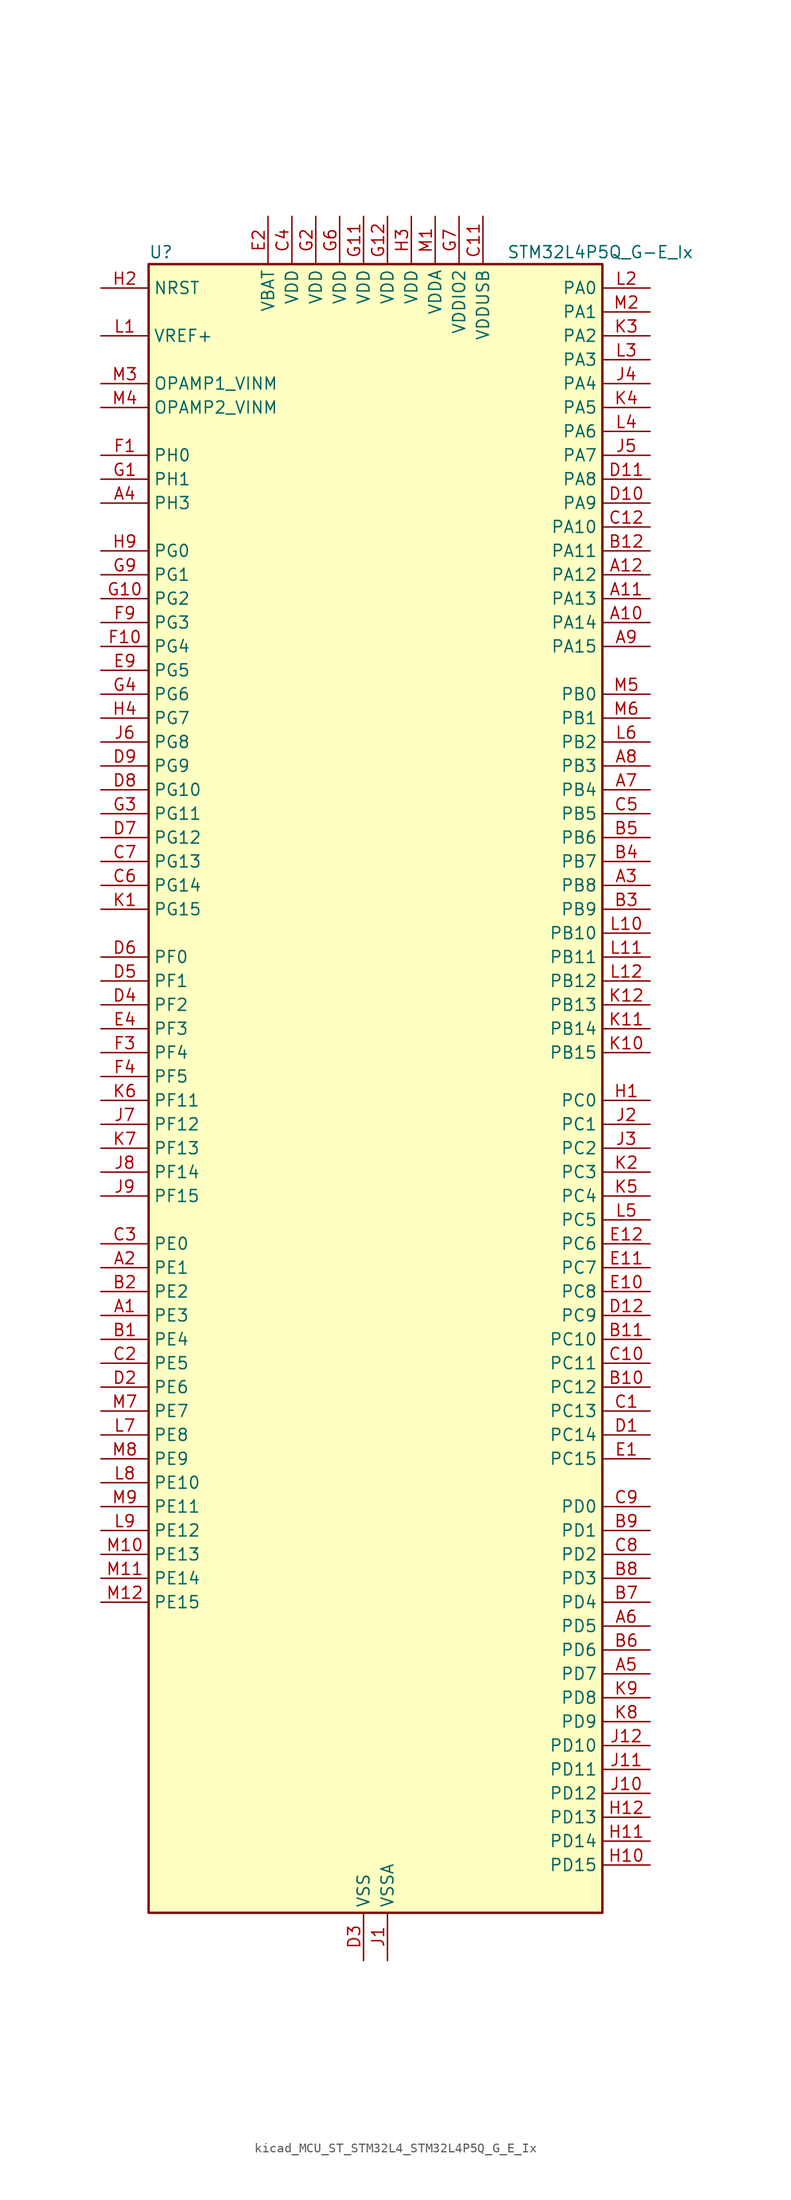
<source format=kicad_sym>
(kicad_symbol_lib
  (version 20220914)
  (generator kicad_symbol_editor)
  (symbol "kicad_MCU_ST_STM32L4_STM32L4P5Q_G_E_Ix"
    (property "Reference" "U"
      (at -22.86 90.17 0)
      (effects (font (size 1.27 1.27)) (justify left)))
    (property "Value" "STM32L4P5Q_G-E_Ix"
      (at 15.24 90.17 0)
      (effects (font (size 1.27 1.27)) (justify left)))
    (property "ki_locked" ""
      (at 0 0 0)
      (effects (font (size 1.27 1.27))))
    (symbol "kicad_MCU_ST_STM32L4_STM32L4P5Q_G_E_Ix_0_1"
      (rectangle (start -22.86 -86.36) (end 25.4 88.9) (stroke (width 0.254) (type default)) (fill (type background))))
    (symbol "kicad_MCU_ST_STM32L4_STM32L4P5Q_G_E_Ix_1_1"
      (pin bidirectional line (at -27.94 -22.86 0) (length 5.08) (name "PE3" (effects (font (size 1.27 1.27)))) (number "A1" (effects (font (size 1.27 1.27)))) (alternate "FMC_A19" bidirectional line) (alternate "LTDC_R6" bidirectional line) (alternate "OCTOSPIM_P1_DQS" bidirectional line) (alternate "SAI1_SD_B" bidirectional line) (alternate "SYS_TRACED0" bidirectional line) (alternate "TIM3_CH1" bidirectional line) (alternate "TSC_G7_IO2" bidirectional line))
      (pin bidirectional line (at 30.48 50.8 180) (length 5.08) (name "PA14" (effects (font (size 1.27 1.27)))) (number "A10" (effects (font (size 1.27 1.27)))) (alternate "I2C1_SMBA" bidirectional line) (alternate "I2C4_SMBA" bidirectional line) (alternate "LPTIM1_OUT" bidirectional line) (alternate "SAI1_FS_B" bidirectional line) (alternate "SYS_JTCK-SWCLK" bidirectional line) (alternate "USB_OTG_FS_SOF" bidirectional line))
      (pin bidirectional line (at 30.48 53.34 180) (length 5.08) (name "PA13" (effects (font (size 1.27 1.27)))) (number "A11" (effects (font (size 1.27 1.27)))) (alternate "IR_OUT" bidirectional line) (alternate "SAI1_SD_B" bidirectional line) (alternate "SYS_JTMS-SWDIO" bidirectional line) (alternate "USB_OTG_FS_NOE" bidirectional line))
      (pin bidirectional line (at 30.48 55.88 180) (length 5.08) (name "PA12" (effects (font (size 1.27 1.27)))) (number "A12" (effects (font (size 1.27 1.27)))) (alternate "CAN1_TX" bidirectional line) (alternate "LTDC_VSYNC" bidirectional line) (alternate "OCTOSPIM_P2_NCS" bidirectional line) (alternate "SPI1_MOSI" bidirectional line) (alternate "TIM1_ETR" bidirectional line) (alternate "USART1_DE" bidirectional line) (alternate "USART1_RTS" bidirectional line) (alternate "USB_OTG_FS_DP" bidirectional line))
      (pin bidirectional line (at -27.94 -17.78 0) (length 5.08) (name "PE1" (effects (font (size 1.27 1.27)))) (number "A2" (effects (font (size 1.27 1.27)))) (alternate "DCMI_D3" bidirectional line) (alternate "FMC_NBL1" bidirectional line) (alternate "LTDC_VSYNC" bidirectional line) (alternate "PSSI_D3" bidirectional line) (alternate "TIM17_CH1" bidirectional line))
      (pin bidirectional line (at 30.48 22.86 180) (length 5.08) (name "PB8" (effects (font (size 1.27 1.27)))) (number "A3" (effects (font (size 1.27 1.27)))) (alternate "CAN1_RX" bidirectional line) (alternate "DCMI_D6" bidirectional line) (alternate "DFSDM1_CKOUT" bidirectional line) (alternate "I2C1_SCL" bidirectional line) (alternate "LTDC_DE" bidirectional line) (alternate "PSSI_D6" bidirectional line) (alternate "SAI1_CK1" bidirectional line) (alternate "SAI1_MCLK_A" bidirectional line) (alternate "SDMMC1_CKIN" bidirectional line) (alternate "SDMMC1_D4" bidirectional line) (alternate "SDMMC2_D4" bidirectional line) (alternate "TIM16_CH1" bidirectional line) (alternate "TIM4_CH3" bidirectional line))
      (pin bidirectional line (at -27.94 63.5 0) (length 5.08) (name "PH3" (effects (font (size 1.27 1.27)))) (number "A4" (effects (font (size 1.27 1.27)))))
      (pin bidirectional line (at 30.48 -60.96 180) (length 5.08) (name "PD7" (effects (font (size 1.27 1.27)))) (number "A5" (effects (font (size 1.27 1.27)))) (alternate "DFSDM1_CKIN1" bidirectional line) (alternate "FMC_NCE" bidirectional line) (alternate "FMC_NE1" bidirectional line) (alternate "OCTOSPIM_P1_IO7" bidirectional line) (alternate "SDMMC2_CMD" bidirectional line) (alternate "USART2_CK" bidirectional line))
      (pin bidirectional line (at 30.48 -55.88 180) (length 5.08) (name "PD5" (effects (font (size 1.27 1.27)))) (number "A6" (effects (font (size 1.27 1.27)))) (alternate "FMC_NWE" bidirectional line) (alternate "OCTOSPIM_P1_IO5" bidirectional line) (alternate "USART2_TX" bidirectional line))
      (pin bidirectional line (at 30.48 33.02 180) (length 5.08) (name "PB4" (effects (font (size 1.27 1.27)))) (number "A7" (effects (font (size 1.27 1.27)))) (alternate "COMP2_INP" bidirectional line) (alternate "DCMI_D12" bidirectional line) (alternate "I2C3_SDA" bidirectional line) (alternate "OCTOSPIM_P1_IO5" bidirectional line) (alternate "PSSI_D12" bidirectional line) (alternate "SAI1_MCLK_B" bidirectional line) (alternate "SDMMC2_D3" bidirectional line) (alternate "SPI1_MISO" bidirectional line) (alternate "SPI3_MISO" bidirectional line) (alternate "SYS_JTRST" bidirectional line) (alternate "TIM17_BKIN" bidirectional line) (alternate "TIM3_CH1" bidirectional line) (alternate "TSC_G2_IO1" bidirectional line) (alternate "UART5_DE" bidirectional line) (alternate "UART5_RTS" bidirectional line) (alternate "USART1_CTS" bidirectional line) (alternate "USART1_NSS" bidirectional line))
      (pin bidirectional line (at 30.48 35.56 180) (length 5.08) (name "PB3" (effects (font (size 1.27 1.27)))) (number "A8" (effects (font (size 1.27 1.27)))) (alternate "COMP2_INM" bidirectional line) (alternate "CRS_SYNC" bidirectional line) (alternate "OCTOSPIM_P1_IO4" bidirectional line) (alternate "SAI1_SCK_B" bidirectional line) (alternate "SDMMC2_D2" bidirectional line) (alternate "SPI1_SCK" bidirectional line) (alternate "SPI3_SCK" bidirectional line) (alternate "SYS_JTDO-SWO" bidirectional line) (alternate "TIM2_CH2" bidirectional line) (alternate "USART1_DE" bidirectional line) (alternate "USART1_RTS" bidirectional line))
      (pin bidirectional line (at 30.48 48.26 180) (length 5.08) (name "PA15" (effects (font (size 1.27 1.27)))) (number "A9" (effects (font (size 1.27 1.27)))) (alternate "ADC1_EXTI15" bidirectional line) (alternate "ADC2_EXTI15" bidirectional line) (alternate "LTDC_HSYNC" bidirectional line) (alternate "SAI2_FS_B" bidirectional line) (alternate "SPI1_NSS" bidirectional line) (alternate "SPI3_NSS" bidirectional line) (alternate "SYS_JTDI" bidirectional line) (alternate "TIM2_CH1" bidirectional line) (alternate "TIM2_ETR" bidirectional line) (alternate "TSC_G3_IO1" bidirectional line) (alternate "UART4_DE" bidirectional line) (alternate "UART4_RTS" bidirectional line) (alternate "USART2_RX" bidirectional line) (alternate "USART3_DE" bidirectional line) (alternate "USART3_RTS" bidirectional line))
      (pin bidirectional line (at -27.94 -25.4 0) (length 5.08) (name "PE4" (effects (font (size 1.27 1.27)))) (number "B1" (effects (font (size 1.27 1.27)))) (alternate "DCMI_D4" bidirectional line) (alternate "DFSDM1_DATIN3" bidirectional line) (alternate "FMC_A20" bidirectional line) (alternate "LTDC_B7" bidirectional line) (alternate "PSSI_D4" bidirectional line) (alternate "SAI1_D2" bidirectional line) (alternate "SAI1_FS_A" bidirectional line) (alternate "SYS_TRACED1" bidirectional line) (alternate "TIM3_CH2" bidirectional line) (alternate "TSC_G7_IO3" bidirectional line))
      (pin bidirectional line (at 30.48 -30.48 180) (length 5.08) (name "PC12" (effects (font (size 1.27 1.27)))) (number "B10" (effects (font (size 1.27 1.27)))) (alternate "DCMI_D9" bidirectional line) (alternate "LTDC_R6" bidirectional line) (alternate "PSSI_D9" bidirectional line) (alternate "SAI2_SD_B" bidirectional line) (alternate "SDMMC1_CK" bidirectional line) (alternate "SPI3_MOSI" bidirectional line) (alternate "SYS_TRACED3" bidirectional line) (alternate "TSC_G3_IO4" bidirectional line) (alternate "UART5_TX" bidirectional line) (alternate "USART3_CK" bidirectional line))
      (pin bidirectional line (at 30.48 -25.4 180) (length 5.08) (name "PC10" (effects (font (size 1.27 1.27)))) (number "B11" (effects (font (size 1.27 1.27)))) (alternate "DCMI_D8" bidirectional line) (alternate "DCMI_VSYNC" bidirectional line) (alternate "PSSI_D8" bidirectional line) (alternate "PSSI_RDY" bidirectional line) (alternate "SAI2_SCK_B" bidirectional line) (alternate "SDMMC1_D2" bidirectional line) (alternate "SPI3_SCK" bidirectional line) (alternate "SYS_TRACED1" bidirectional line) (alternate "TSC_G3_IO2" bidirectional line) (alternate "UART4_TX" bidirectional line) (alternate "USART3_TX" bidirectional line))
      (pin bidirectional line (at 30.48 58.42 180) (length 5.08) (name "PA11" (effects (font (size 1.27 1.27)))) (number "B12" (effects (font (size 1.27 1.27)))) (alternate "ADC1_EXTI11" bidirectional line) (alternate "ADC2_EXTI11" bidirectional line) (alternate "CAN1_RX" bidirectional line) (alternate "LTDC_DE" bidirectional line) (alternate "SPI1_MISO" bidirectional line) (alternate "TIM1_BKIN2" bidirectional line) (alternate "TIM1_CH4" bidirectional line) (alternate "USART1_CTS" bidirectional line) (alternate "USART1_NSS" bidirectional line) (alternate "USB_OTG_FS_DM" bidirectional line))
      (pin bidirectional line (at -27.94 -20.32 0) (length 5.08) (name "PE2" (effects (font (size 1.27 1.27)))) (number "B2" (effects (font (size 1.27 1.27)))) (alternate "FMC_A23" bidirectional line) (alternate "LTDC_R7" bidirectional line) (alternate "SAI1_CK1" bidirectional line) (alternate "SAI1_MCLK_A" bidirectional line) (alternate "SYS_TRACECLK" bidirectional line) (alternate "TIM3_ETR" bidirectional line) (alternate "TSC_G7_IO1" bidirectional line))
      (pin bidirectional line (at 30.48 20.32 180) (length 5.08) (name "PB9" (effects (font (size 1.27 1.27)))) (number "B3" (effects (font (size 1.27 1.27)))) (alternate "CAN1_TX" bidirectional line) (alternate "DAC1_EXTI9" bidirectional line) (alternate "DCMI_D7" bidirectional line) (alternate "I2C1_SDA" bidirectional line) (alternate "IR_OUT" bidirectional line) (alternate "PSSI_D7" bidirectional line) (alternate "SAI1_D2" bidirectional line) (alternate "SAI1_FS_A" bidirectional line) (alternate "SDMMC1_CDIR" bidirectional line) (alternate "SDMMC1_D5" bidirectional line) (alternate "SDMMC2_D5" bidirectional line) (alternate "SPI2_NSS" bidirectional line) (alternate "TIM17_CH1" bidirectional line) (alternate "TIM4_CH4" bidirectional line))
      (pin bidirectional line (at 30.48 25.4 180) (length 5.08) (name "PB7" (effects (font (size 1.27 1.27)))) (number "B4" (effects (font (size 1.27 1.27)))) (alternate "COMP2_INM" bidirectional line) (alternate "DCMI_VSYNC" bidirectional line) (alternate "FMC_NL" bidirectional line) (alternate "I2C1_SDA" bidirectional line) (alternate "I2C4_SDA" bidirectional line) (alternate "LPTIM1_IN2" bidirectional line) (alternate "LTDC_VSYNC" bidirectional line) (alternate "PSSI_RDY" bidirectional line) (alternate "SYS_PVD_IN" bidirectional line) (alternate "TIM17_CH1N" bidirectional line) (alternate "TIM4_CH2" bidirectional line) (alternate "TIM8_BKIN" bidirectional line) (alternate "TSC_G2_IO4" bidirectional line) (alternate "UART4_CTS" bidirectional line) (alternate "USART1_RX" bidirectional line))
      (pin bidirectional line (at 30.48 27.94 180) (length 5.08) (name "PB6" (effects (font (size 1.27 1.27)))) (number "B5" (effects (font (size 1.27 1.27)))) (alternate "COMP2_INP" bidirectional line) (alternate "DCMI_D5" bidirectional line) (alternate "I2C1_SCL" bidirectional line) (alternate "I2C4_SCL" bidirectional line) (alternate "LPTIM1_ETR" bidirectional line) (alternate "LTDC_R6" bidirectional line) (alternate "PSSI_D5" bidirectional line) (alternate "SAI1_FS_B" bidirectional line) (alternate "TIM16_CH1N" bidirectional line) (alternate "TIM4_CH1" bidirectional line) (alternate "TIM8_BKIN2" bidirectional line) (alternate "TSC_G2_IO3" bidirectional line) (alternate "USART1_TX" bidirectional line))
      (pin bidirectional line (at 30.48 -58.42 180) (length 5.08) (name "PD6" (effects (font (size 1.27 1.27)))) (number "B6" (effects (font (size 1.27 1.27)))) (alternate "DCMI_D10" bidirectional line) (alternate "DFSDM1_DATIN1" bidirectional line) (alternate "FMC_NWAIT" bidirectional line) (alternate "LTDC_DE" bidirectional line) (alternate "OCTOSPIM_P1_IO6" bidirectional line) (alternate "PSSI_D10" bidirectional line) (alternate "SAI1_D1" bidirectional line) (alternate "SAI1_SD_A" bidirectional line) (alternate "SDMMC2_CK" bidirectional line) (alternate "SPI3_MOSI" bidirectional line) (alternate "USART2_RX" bidirectional line))
      (pin bidirectional line (at 30.48 -53.34 180) (length 5.08) (name "PD4" (effects (font (size 1.27 1.27)))) (number "B7" (effects (font (size 1.27 1.27)))) (alternate "DFSDM1_CKIN0" bidirectional line) (alternate "FMC_NOE" bidirectional line) (alternate "OCTOSPIM_P1_IO4" bidirectional line) (alternate "SDMMC2_CKIN" bidirectional line) (alternate "SPI2_MOSI" bidirectional line) (alternate "USART2_DE" bidirectional line) (alternate "USART2_RTS" bidirectional line))
      (pin bidirectional line (at 30.48 -50.8 180) (length 5.08) (name "PD3" (effects (font (size 1.27 1.27)))) (number "B8" (effects (font (size 1.27 1.27)))) (alternate "DCMI_D5" bidirectional line) (alternate "DFSDM1_DATIN0" bidirectional line) (alternate "FMC_CLK" bidirectional line) (alternate "LTDC_CLK" bidirectional line) (alternate "OCTOSPIM_P2_NCS" bidirectional line) (alternate "PSSI_D5" bidirectional line) (alternate "SPI2_MISO" bidirectional line) (alternate "SPI2_SCK" bidirectional line) (alternate "USART2_CTS" bidirectional line) (alternate "USART2_NSS" bidirectional line))
      (pin bidirectional line (at 30.48 -45.72 180) (length 5.08) (name "PD1" (effects (font (size 1.27 1.27)))) (number "B9" (effects (font (size 1.27 1.27)))) (alternate "CAN1_TX" bidirectional line) (alternate "FMC_D3" bidirectional line) (alternate "FMC_DA3" bidirectional line) (alternate "LTDC_B5" bidirectional line) (alternate "SPI2_SCK" bidirectional line))
      (pin bidirectional line (at 30.48 -33.02 180) (length 5.08) (name "PC13" (effects (font (size 1.27 1.27)))) (number "C1" (effects (font (size 1.27 1.27)))) (alternate "RTC_OUT1" bidirectional line) (alternate "RTC_TAMP1" bidirectional line) (alternate "RTC_TS" bidirectional line) (alternate "SYS_WKUP2" bidirectional line))
      (pin bidirectional line (at 30.48 -27.94 180) (length 5.08) (name "PC11" (effects (font (size 1.27 1.27)))) (number "C10" (effects (font (size 1.27 1.27)))) (alternate "ADC1_EXTI11" bidirectional line) (alternate "ADC2_EXTI11" bidirectional line) (alternate "DCMI_D2" bidirectional line) (alternate "DCMI_D4" bidirectional line) (alternate "OCTOSPIM_P1_NCS" bidirectional line) (alternate "PSSI_D2" bidirectional line) (alternate "PSSI_D4" bidirectional line) (alternate "SAI2_MCLK_B" bidirectional line) (alternate "SDMMC1_D3" bidirectional line) (alternate "SPI3_MISO" bidirectional line) (alternate "TSC_G3_IO3" bidirectional line) (alternate "UART4_RX" bidirectional line) (alternate "USART3_RX" bidirectional line))
      (pin power_in line (at 12.7 93.98 270) (length 5.08) (name "VDDUSB" (effects (font (size 1.27 1.27)))) (number "C11" (effects (font (size 1.27 1.27)))))
      (pin bidirectional line (at 30.48 60.96 180) (length 5.08) (name "PA10" (effects (font (size 1.27 1.27)))) (number "C12" (effects (font (size 1.27 1.27)))) (alternate "DCMI_D1" bidirectional line) (alternate "LTDC_G6" bidirectional line) (alternate "PSSI_D1" bidirectional line) (alternate "SAI1_D1" bidirectional line) (alternate "SAI1_SD_A" bidirectional line) (alternate "TIM17_BKIN" bidirectional line) (alternate "TIM1_CH3" bidirectional line) (alternate "USART1_RX" bidirectional line) (alternate "USB_OTG_FS_ID" bidirectional line))
      (pin bidirectional line (at -27.94 -27.94 0) (length 5.08) (name "PE5" (effects (font (size 1.27 1.27)))) (number "C2" (effects (font (size 1.27 1.27)))) (alternate "DCMI_D6" bidirectional line) (alternate "DFSDM1_CKIN3" bidirectional line) (alternate "FMC_A21" bidirectional line) (alternate "LTDC_G7" bidirectional line) (alternate "PSSI_D6" bidirectional line) (alternate "SAI1_CK2" bidirectional line) (alternate "SAI1_SCK_A" bidirectional line) (alternate "SYS_TRACED2" bidirectional line) (alternate "TIM3_CH3" bidirectional line) (alternate "TSC_G7_IO4" bidirectional line))
      (pin bidirectional line (at -27.94 -15.24 0) (length 5.08) (name "PE0" (effects (font (size 1.27 1.27)))) (number "C3" (effects (font (size 1.27 1.27)))) (alternate "DCMI_D2" bidirectional line) (alternate "FMC_NBL0" bidirectional line) (alternate "LTDC_HSYNC" bidirectional line) (alternate "PSSI_D2" bidirectional line) (alternate "TIM16_CH1" bidirectional line) (alternate "TIM4_ETR" bidirectional line))
      (pin power_in line (at -7.62 93.98 270) (length 5.08) (name "VDD" (effects (font (size 1.27 1.27)))) (number "C4" (effects (font (size 1.27 1.27)))))
      (pin bidirectional line (at 30.48 30.48 180) (length 5.08) (name "PB5" (effects (font (size 1.27 1.27)))) (number "C5" (effects (font (size 1.27 1.27)))) (alternate "COMP2_OUT" bidirectional line) (alternate "DCMI_D10" bidirectional line) (alternate "I2C1_SMBA" bidirectional line) (alternate "LPTIM1_IN1" bidirectional line) (alternate "OCTOSPIM_P1_IO0" bidirectional line) (alternate "PSSI_D10" bidirectional line) (alternate "SAI1_SD_B" bidirectional line) (alternate "SPI1_MOSI" bidirectional line) (alternate "SPI3_MOSI" bidirectional line) (alternate "TIM16_BKIN" bidirectional line) (alternate "TIM3_CH2" bidirectional line) (alternate "TSC_G2_IO2" bidirectional line) (alternate "UART5_CTS" bidirectional line) (alternate "USART1_CK" bidirectional line))
      (pin bidirectional line (at -27.94 22.86 0) (length 5.08) (name "PG14" (effects (font (size 1.27 1.27)))) (number "C6" (effects (font (size 1.27 1.27)))) (alternate "FMC_A25" bidirectional line) (alternate "I2C1_SCL" bidirectional line) (alternate "LTDC_R1" bidirectional line))
      (pin bidirectional line (at -27.94 25.4 0) (length 5.08) (name "PG13" (effects (font (size 1.27 1.27)))) (number "C7" (effects (font (size 1.27 1.27)))) (alternate "FMC_A24" bidirectional line) (alternate "I2C1_SDA" bidirectional line) (alternate "LTDC_R0" bidirectional line) (alternate "USART1_CK" bidirectional line))
      (pin bidirectional line (at 30.48 -48.26 180) (length 5.08) (name "PD2" (effects (font (size 1.27 1.27)))) (number "C8" (effects (font (size 1.27 1.27)))) (alternate "DCMI_D11" bidirectional line) (alternate "PSSI_D11" bidirectional line) (alternate "SDMMC1_CMD" bidirectional line) (alternate "SYS_TRACED2" bidirectional line) (alternate "TIM3_ETR" bidirectional line) (alternate "TSC_SYNC" bidirectional line) (alternate "UART5_RX" bidirectional line) (alternate "USART3_DE" bidirectional line) (alternate "USART3_RTS" bidirectional line))
      (pin bidirectional line (at 30.48 -43.18 180) (length 5.08) (name "PD0" (effects (font (size 1.27 1.27)))) (number "C9" (effects (font (size 1.27 1.27)))) (alternate "CAN1_RX" bidirectional line) (alternate "FMC_D2" bidirectional line) (alternate "FMC_DA2" bidirectional line) (alternate "LTDC_B4" bidirectional line) (alternate "SPI2_NSS" bidirectional line))
      (pin bidirectional line (at 30.48 -35.56 180) (length 5.08) (name "PC14" (effects (font (size 1.27 1.27)))) (number "D1" (effects (font (size 1.27 1.27)))) (alternate "RCC_OSC32_IN" bidirectional line))
      (pin bidirectional line (at 30.48 63.5 180) (length 5.08) (name "PA9" (effects (font (size 1.27 1.27)))) (number "D10" (effects (font (size 1.27 1.27)))) (alternate "DAC1_EXTI9" bidirectional line) (alternate "DCMI_D0" bidirectional line) (alternate "LTDC_G7" bidirectional line) (alternate "PSSI_D0" bidirectional line) (alternate "SAI1_FS_A" bidirectional line) (alternate "SPI2_SCK" bidirectional line) (alternate "TIM15_BKIN" bidirectional line) (alternate "TIM1_CH2" bidirectional line) (alternate "USART1_TX" bidirectional line) (alternate "USB_OTG_FS_VBUS" bidirectional line))
      (pin bidirectional line (at 30.48 66.04 180) (length 5.08) (name "PA8" (effects (font (size 1.27 1.27)))) (number "D11" (effects (font (size 1.27 1.27)))) (alternate "LPTIM2_OUT" bidirectional line) (alternate "LTDC_B7" bidirectional line) (alternate "RCC_MCO" bidirectional line) (alternate "SAI1_CK2" bidirectional line) (alternate "SAI1_SCK_A" bidirectional line) (alternate "TIM1_CH1" bidirectional line) (alternate "USART1_CK" bidirectional line) (alternate "USB_OTG_FS_SOF" bidirectional line))
      (pin bidirectional line (at 30.48 -22.86 180) (length 5.08) (name "PC9" (effects (font (size 1.27 1.27)))) (number "D12" (effects (font (size 1.27 1.27)))) (alternate "DAC1_EXTI9" bidirectional line) (alternate "DCMI_D3" bidirectional line) (alternate "I2C3_SDA" bidirectional line) (alternate "PSSI_D3" bidirectional line) (alternate "SAI2_EXTCLK" bidirectional line) (alternate "SDMMC1_D1" bidirectional line) (alternate "SYS_TRACED0" bidirectional line) (alternate "TIM3_CH4" bidirectional line) (alternate "TIM8_BKIN2" bidirectional line) (alternate "TIM8_CH4" bidirectional line) (alternate "TSC_G4_IO4" bidirectional line) (alternate "USB_OTG_FS_NOE" bidirectional line))
      (pin bidirectional line (at -27.94 -30.48 0) (length 5.08) (name "PE6" (effects (font (size 1.27 1.27)))) (number "D2" (effects (font (size 1.27 1.27)))) (alternate "DCMI_D7" bidirectional line) (alternate "FMC_A22" bidirectional line) (alternate "LTDC_G6" bidirectional line) (alternate "PSSI_D7" bidirectional line) (alternate "RTC_TAMP3" bidirectional line) (alternate "SAI1_D1" bidirectional line) (alternate "SAI1_SD_A" bidirectional line) (alternate "SYS_TRACED3" bidirectional line) (alternate "SYS_WKUP3" bidirectional line) (alternate "TIM3_CH4" bidirectional line))
      (pin power_in line (at 0 -91.44 90) (length 5.08) (name "VSS" (effects (font (size 1.27 1.27)))) (number "D3" (effects (font (size 1.27 1.27)))))
      (pin bidirectional line (at -27.94 10.16 0) (length 5.08) (name "PF2" (effects (font (size 1.27 1.27)))) (number "D4" (effects (font (size 1.27 1.27)))) (alternate "FMC_A2" bidirectional line) (alternate "I2C2_SMBA" bidirectional line) (alternate "OCTOSPIM_P2_IO2" bidirectional line))
      (pin bidirectional line (at -27.94 12.7 0) (length 5.08) (name "PF1" (effects (font (size 1.27 1.27)))) (number "D5" (effects (font (size 1.27 1.27)))) (alternate "FMC_A1" bidirectional line) (alternate "I2C2_SCL" bidirectional line) (alternate "OCTOSPIM_P2_IO1" bidirectional line))
      (pin bidirectional line (at -27.94 15.24 0) (length 5.08) (name "PF0" (effects (font (size 1.27 1.27)))) (number "D6" (effects (font (size 1.27 1.27)))) (alternate "FMC_A0" bidirectional line) (alternate "I2C2_SDA" bidirectional line) (alternate "OCTOSPIM_P2_IO0" bidirectional line))
      (pin bidirectional line (at -27.94 27.94 0) (length 5.08) (name "PG12" (effects (font (size 1.27 1.27)))) (number "D7" (effects (font (size 1.27 1.27)))) (alternate "FMC_NE4" bidirectional line) (alternate "LPTIM1_ETR" bidirectional line) (alternate "OCTOSPIM_P2_NCS" bidirectional line) (alternate "SAI2_SD_A" bidirectional line) (alternate "SDMMC2_D3" bidirectional line) (alternate "SPI3_NSS" bidirectional line) (alternate "USART1_DE" bidirectional line) (alternate "USART1_RTS" bidirectional line))
      (pin bidirectional line (at -27.94 33.02 0) (length 5.08) (name "PG10" (effects (font (size 1.27 1.27)))) (number "D8" (effects (font (size 1.27 1.27)))) (alternate "FMC_NE3" bidirectional line) (alternate "LPTIM1_IN1" bidirectional line) (alternate "OCTOSPIM_P2_IO7" bidirectional line) (alternate "SAI2_FS_A" bidirectional line) (alternate "SDMMC2_D1" bidirectional line) (alternate "SPI3_MISO" bidirectional line) (alternate "TIM15_CH1" bidirectional line) (alternate "USART1_RX" bidirectional line))
      (pin bidirectional line (at -27.94 35.56 0) (length 5.08) (name "PG9" (effects (font (size 1.27 1.27)))) (number "D9" (effects (font (size 1.27 1.27)))) (alternate "DAC1_EXTI9" bidirectional line) (alternate "FMC_NCE" bidirectional line) (alternate "FMC_NE2" bidirectional line) (alternate "OCTOSPIM_P2_IO6" bidirectional line) (alternate "SAI2_SCK_A" bidirectional line) (alternate "SDMMC2_D0" bidirectional line) (alternate "SPI3_SCK" bidirectional line) (alternate "TIM15_CH1N" bidirectional line) (alternate "USART1_TX" bidirectional line))
      (pin bidirectional line (at 30.48 -38.1 180) (length 5.08) (name "PC15" (effects (font (size 1.27 1.27)))) (number "E1" (effects (font (size 1.27 1.27)))) (alternate "ADC1_EXTI15" bidirectional line) (alternate "ADC2_EXTI15" bidirectional line) (alternate "RCC_OSC32_OUT" bidirectional line))
      (pin bidirectional line (at 30.48 -20.32 180) (length 5.08) (name "PC8" (effects (font (size 1.27 1.27)))) (number "E10" (effects (font (size 1.27 1.27)))) (alternate "DCMI_D2" bidirectional line) (alternate "PSSI_D2" bidirectional line) (alternate "SDMMC1_D0" bidirectional line) (alternate "TIM3_CH3" bidirectional line) (alternate "TIM8_CH3" bidirectional line) (alternate "TSC_G4_IO3" bidirectional line))
      (pin bidirectional line (at 30.48 -17.78 180) (length 5.08) (name "PC7" (effects (font (size 1.27 1.27)))) (number "E11" (effects (font (size 1.27 1.27)))) (alternate "DCMI_D1" bidirectional line) (alternate "DFSDM1_DATIN3" bidirectional line) (alternate "LTDC_B6" bidirectional line) (alternate "PSSI_D1" bidirectional line) (alternate "SAI2_MCLK_B" bidirectional line) (alternate "SDMMC1_D123DIR" bidirectional line) (alternate "SDMMC1_D7" bidirectional line) (alternate "SDMMC2_D7" bidirectional line) (alternate "TIM3_CH2" bidirectional line) (alternate "TIM8_CH2" bidirectional line) (alternate "TSC_G4_IO2" bidirectional line))
      (pin bidirectional line (at 30.48 -15.24 180) (length 5.08) (name "PC6" (effects (font (size 1.27 1.27)))) (number "E12" (effects (font (size 1.27 1.27)))) (alternate "DCMI_D0" bidirectional line) (alternate "DFSDM1_CKIN3" bidirectional line) (alternate "LTDC_G7" bidirectional line) (alternate "PSSI_D0" bidirectional line) (alternate "SAI2_MCLK_A" bidirectional line) (alternate "SDMMC1_D0DIR" bidirectional line) (alternate "SDMMC1_D6" bidirectional line) (alternate "SDMMC2_D6" bidirectional line) (alternate "TIM3_CH1" bidirectional line) (alternate "TIM8_CH1" bidirectional line) (alternate "TSC_G4_IO1" bidirectional line))
      (pin power_in line (at -10.16 93.98 270) (length 5.08) (name "VBAT" (effects (font (size 1.27 1.27)))) (number "E2" (effects (font (size 1.27 1.27)))))
      (pin passive line (at 0 -91.44 90) (length 5.08) hide (name "VSS" (effects (font (size 1.27 1.27)))) (number "E3" (effects (font (size 1.27 1.27)))))
      (pin bidirectional line (at -27.94 7.62 0) (length 5.08) (name "PF3" (effects (font (size 1.27 1.27)))) (number "E4" (effects (font (size 1.27 1.27)))) (alternate "FMC_A3" bidirectional line) (alternate "OCTOSPIM_P2_IO3" bidirectional line))
      (pin bidirectional line (at -27.94 45.72 0) (length 5.08) (name "PG5" (effects (font (size 1.27 1.27)))) (number "E9" (effects (font (size 1.27 1.27)))) (alternate "FMC_A15" bidirectional line) (alternate "LPUART1_CTS" bidirectional line) (alternate "SAI2_SD_B" bidirectional line) (alternate "SDMMC2_D7" bidirectional line) (alternate "SPI1_NSS" bidirectional line))
      (pin bidirectional line (at -27.94 68.58 0) (length 5.08) (name "PH0" (effects (font (size 1.27 1.27)))) (number "F1" (effects (font (size 1.27 1.27)))) (alternate "RCC_OSC_IN" bidirectional line))
      (pin bidirectional line (at -27.94 48.26 0) (length 5.08) (name "PG4" (effects (font (size 1.27 1.27)))) (number "F10" (effects (font (size 1.27 1.27)))) (alternate "FMC_A14" bidirectional line) (alternate "SAI2_MCLK_B" bidirectional line) (alternate "SDMMC2_D6" bidirectional line) (alternate "SPI1_MOSI" bidirectional line))
      (pin passive line (at 0 -91.44 90) (length 5.08) hide (name "VSS" (effects (font (size 1.27 1.27)))) (number "F11" (effects (font (size 1.27 1.27)))))
      (pin passive line (at 0 -91.44 90) (length 5.08) hide (name "VSS" (effects (font (size 1.27 1.27)))) (number "F12" (effects (font (size 1.27 1.27)))))
      (pin passive line (at 0 -91.44 90) (length 5.08) hide (name "VSS" (effects (font (size 1.27 1.27)))) (number "F2" (effects (font (size 1.27 1.27)))))
      (pin bidirectional line (at -27.94 5.08 0) (length 5.08) (name "PF4" (effects (font (size 1.27 1.27)))) (number "F3" (effects (font (size 1.27 1.27)))) (alternate "FMC_A4" bidirectional line) (alternate "OCTOSPIM_P2_CLK" bidirectional line))
      (pin bidirectional line (at -27.94 2.54 0) (length 5.08) (name "PF5" (effects (font (size 1.27 1.27)))) (number "F4" (effects (font (size 1.27 1.27)))) (alternate "FMC_A5" bidirectional line) (alternate "OCTOSPIM_P2_NCLK" bidirectional line))
      (pin passive line (at 0 -91.44 90) (length 5.08) hide (name "VSS" (effects (font (size 1.27 1.27)))) (number "F6" (effects (font (size 1.27 1.27)))))
      (pin passive line (at 0 -91.44 90) (length 5.08) hide (name "VSS" (effects (font (size 1.27 1.27)))) (number "F7" (effects (font (size 1.27 1.27)))))
      (pin bidirectional line (at -27.94 50.8 0) (length 5.08) (name "PG3" (effects (font (size 1.27 1.27)))) (number "F9" (effects (font (size 1.27 1.27)))) (alternate "FMC_A13" bidirectional line) (alternate "SAI2_FS_B" bidirectional line) (alternate "SDMMC2_D5" bidirectional line) (alternate "SPI1_MISO" bidirectional line))
      (pin bidirectional line (at -27.94 66.04 0) (length 5.08) (name "PH1" (effects (font (size 1.27 1.27)))) (number "G1" (effects (font (size 1.27 1.27)))) (alternate "RCC_OSC_OUT" bidirectional line))
      (pin bidirectional line (at -27.94 53.34 0) (length 5.08) (name "PG2" (effects (font (size 1.27 1.27)))) (number "G10" (effects (font (size 1.27 1.27)))) (alternate "FMC_A12" bidirectional line) (alternate "SAI2_SCK_B" bidirectional line) (alternate "SDMMC2_D4" bidirectional line) (alternate "SPI1_SCK" bidirectional line))
      (pin power_in line (at 0 93.98 270) (length 5.08) (name "VDD" (effects (font (size 1.27 1.27)))) (number "G11" (effects (font (size 1.27 1.27)))))
      (pin power_in line (at 2.54 93.98 270) (length 5.08) (name "VDD" (effects (font (size 1.27 1.27)))) (number "G12" (effects (font (size 1.27 1.27)))))
      (pin power_in line (at -5.08 93.98 270) (length 5.08) (name "VDD" (effects (font (size 1.27 1.27)))) (number "G2" (effects (font (size 1.27 1.27)))))
      (pin bidirectional line (at -27.94 30.48 0) (length 5.08) (name "PG11" (effects (font (size 1.27 1.27)))) (number "G3" (effects (font (size 1.27 1.27)))) (alternate "ADC1_EXTI11" bidirectional line) (alternate "ADC2_EXTI11" bidirectional line) (alternate "LPTIM1_IN2" bidirectional line) (alternate "OCTOSPIM_P1_IO5" bidirectional line) (alternate "SAI2_MCLK_A" bidirectional line) (alternate "SDMMC2_D2" bidirectional line) (alternate "SPI3_MOSI" bidirectional line) (alternate "TIM15_CH2" bidirectional line) (alternate "USART1_CTS" bidirectional line) (alternate "USART1_NSS" bidirectional line))
      (pin bidirectional line (at -27.94 43.18 0) (length 5.08) (name "PG6" (effects (font (size 1.27 1.27)))) (number "G4" (effects (font (size 1.27 1.27)))) (alternate "I2C3_SMBA" bidirectional line) (alternate "LPUART1_DE" bidirectional line) (alternate "LPUART1_RTS" bidirectional line) (alternate "LTDC_R1" bidirectional line) (alternate "OCTOSPIM_P1_DQS" bidirectional line))
      (pin power_in line (at -2.54 93.98 270) (length 5.08) (name "VDD" (effects (font (size 1.27 1.27)))) (number "G6" (effects (font (size 1.27 1.27)))))
      (pin power_in line (at 10.16 93.98 270) (length 5.08) (name "VDDIO2" (effects (font (size 1.27 1.27)))) (number "G7" (effects (font (size 1.27 1.27)))))
      (pin bidirectional line (at -27.94 55.88 0) (length 5.08) (name "PG1" (effects (font (size 1.27 1.27)))) (number "G9" (effects (font (size 1.27 1.27)))) (alternate "FMC_A11" bidirectional line) (alternate "OCTOSPIM_P2_IO5" bidirectional line) (alternate "TSC_G8_IO4" bidirectional line))
      (pin bidirectional line (at 30.48 0 180) (length 5.08) (name "PC0" (effects (font (size 1.27 1.27)))) (number "H1" (effects (font (size 1.27 1.27)))) (alternate "ADC1_IN1" bidirectional line) (alternate "ADC2_IN1" bidirectional line) (alternate "I2C3_SCL" bidirectional line) (alternate "LPTIM1_IN1" bidirectional line) (alternate "LPTIM2_IN1" bidirectional line) (alternate "LPUART1_RX" bidirectional line) (alternate "LTDC_DE" bidirectional line) (alternate "SAI2_FS_A" bidirectional line) (alternate "SDMMC1_CMD" bidirectional line) (alternate "SDMMC2_CKIN" bidirectional line))
      (pin bidirectional line (at 30.48 -81.28 180) (length 5.08) (name "PD15" (effects (font (size 1.27 1.27)))) (number "H10" (effects (font (size 1.27 1.27)))) (alternate "ADC1_EXTI15" bidirectional line) (alternate "ADC2_EXTI15" bidirectional line) (alternate "FMC_D1" bidirectional line) (alternate "FMC_DA1" bidirectional line) (alternate "LTDC_B3" bidirectional line) (alternate "TIM4_CH4" bidirectional line))
      (pin bidirectional line (at 30.48 -78.74 180) (length 5.08) (name "PD14" (effects (font (size 1.27 1.27)))) (number "H11" (effects (font (size 1.27 1.27)))) (alternate "FMC_D0" bidirectional line) (alternate "FMC_DA0" bidirectional line) (alternate "LTDC_B2" bidirectional line) (alternate "TIM4_CH3" bidirectional line))
      (pin bidirectional line (at 30.48 -76.2 180) (length 5.08) (name "PD13" (effects (font (size 1.27 1.27)))) (number "H12" (effects (font (size 1.27 1.27)))) (alternate "FMC_A18" bidirectional line) (alternate "I2C4_SDA" bidirectional line) (alternate "LPTIM2_OUT" bidirectional line) (alternate "TIM4_CH2" bidirectional line) (alternate "TSC_G6_IO4" bidirectional line))
      (pin input line (at -27.94 86.36 0) (length 5.08) (name "NRST" (effects (font (size 1.27 1.27)))) (number "H2" (effects (font (size 1.27 1.27)))))
      (pin power_in line (at 5.08 93.98 270) (length 5.08) (name "VDD" (effects (font (size 1.27 1.27)))) (number "H3" (effects (font (size 1.27 1.27)))))
      (pin bidirectional line (at -27.94 40.64 0) (length 5.08) (name "PG7" (effects (font (size 1.27 1.27)))) (number "H4" (effects (font (size 1.27 1.27)))) (alternate "DFSDM1_CKOUT" bidirectional line) (alternate "FMC_INT" bidirectional line) (alternate "I2C3_SCL" bidirectional line) (alternate "LPUART1_TX" bidirectional line) (alternate "OCTOSPIM_P2_DQS" bidirectional line) (alternate "SAI1_CK1" bidirectional line) (alternate "SAI1_MCLK_A" bidirectional line))
      (pin bidirectional line (at -27.94 58.42 0) (length 5.08) (name "PG0" (effects (font (size 1.27 1.27)))) (number "H9" (effects (font (size 1.27 1.27)))) (alternate "FMC_A10" bidirectional line) (alternate "OCTOSPIM_P2_IO4" bidirectional line) (alternate "TSC_G8_IO3" bidirectional line))
      (pin power_in line (at 2.54 -91.44 90) (length 5.08) (name "VSSA" (effects (font (size 1.27 1.27)))) (number "J1" (effects (font (size 1.27 1.27)))))
      (pin bidirectional line (at 30.48 -73.66 180) (length 5.08) (name "PD12" (effects (font (size 1.27 1.27)))) (number "J10" (effects (font (size 1.27 1.27)))) (alternate "FMC_A17" bidirectional line) (alternate "FMC_ALE" bidirectional line) (alternate "I2C4_SCL" bidirectional line) (alternate "LPTIM2_IN1" bidirectional line) (alternate "LTDC_R7" bidirectional line) (alternate "SAI2_FS_A" bidirectional line) (alternate "TIM4_CH1" bidirectional line) (alternate "TSC_G6_IO3" bidirectional line) (alternate "USART3_DE" bidirectional line) (alternate "USART3_RTS" bidirectional line))
      (pin bidirectional line (at 30.48 -71.12 180) (length 5.08) (name "PD11" (effects (font (size 1.27 1.27)))) (number "J11" (effects (font (size 1.27 1.27)))) (alternate "ADC1_EXTI11" bidirectional line) (alternate "ADC2_EXTI11" bidirectional line) (alternate "FMC_A16" bidirectional line) (alternate "FMC_CLE" bidirectional line) (alternate "I2C4_SMBA" bidirectional line) (alternate "LPTIM2_ETR" bidirectional line) (alternate "LTDC_R6" bidirectional line) (alternate "SAI2_SD_A" bidirectional line) (alternate "TSC_G6_IO2" bidirectional line) (alternate "USART3_CTS" bidirectional line) (alternate "USART3_NSS" bidirectional line))
      (pin bidirectional line (at 30.48 -68.58 180) (length 5.08) (name "PD10" (effects (font (size 1.27 1.27)))) (number "J12" (effects (font (size 1.27 1.27)))) (alternate "FMC_D15" bidirectional line) (alternate "FMC_DA15" bidirectional line) (alternate "LTDC_R5" bidirectional line) (alternate "SAI2_SCK_A" bidirectional line) (alternate "TSC_G6_IO1" bidirectional line) (alternate "USART3_CK" bidirectional line))
      (pin bidirectional line (at 30.48 -2.54 180) (length 5.08) (name "PC1" (effects (font (size 1.27 1.27)))) (number "J2" (effects (font (size 1.27 1.27)))) (alternate "ADC1_IN2" bidirectional line) (alternate "ADC2_IN2" bidirectional line) (alternate "I2C3_SDA" bidirectional line) (alternate "LPTIM1_OUT" bidirectional line) (alternate "LPUART1_TX" bidirectional line) (alternate "OCTOSPIM_P1_IO4" bidirectional line) (alternate "SAI1_SD_A" bidirectional line) (alternate "SPI2_MOSI" bidirectional line) (alternate "SYS_TRACED0" bidirectional line))
      (pin bidirectional line (at 30.48 -5.08 180) (length 5.08) (name "PC2" (effects (font (size 1.27 1.27)))) (number "J3" (effects (font (size 1.27 1.27)))) (alternate "ADC1_IN3" bidirectional line) (alternate "ADC2_IN3" bidirectional line) (alternate "DFSDM1_CKOUT" bidirectional line) (alternate "LPTIM1_IN2" bidirectional line) (alternate "LTDC_HSYNC" bidirectional line) (alternate "OCTOSPIM_P1_IO5" bidirectional line) (alternate "SPI2_MISO" bidirectional line))
      (pin bidirectional line (at 30.48 76.2 180) (length 5.08) (name "PA4" (effects (font (size 1.27 1.27)))) (number "J4" (effects (font (size 1.27 1.27)))) (alternate "ADC1_IN9" bidirectional line) (alternate "ADC2_IN9" bidirectional line) (alternate "DAC1_OUT1" bidirectional line) (alternate "DCMI_HSYNC" bidirectional line) (alternate "LPTIM2_OUT" bidirectional line) (alternate "LTDC_CLK" bidirectional line) (alternate "OCTOSPIM_P1_NCS" bidirectional line) (alternate "PSSI_DE" bidirectional line) (alternate "SAI1_FS_B" bidirectional line) (alternate "SPI1_NSS" bidirectional line) (alternate "SPI3_NSS" bidirectional line) (alternate "USART2_CK" bidirectional line))
      (pin bidirectional line (at 30.48 68.58 180) (length 5.08) (name "PA7" (effects (font (size 1.27 1.27)))) (number "J5" (effects (font (size 1.27 1.27)))) (alternate "ADC1_IN12" bidirectional line) (alternate "ADC2_IN12" bidirectional line) (alternate "I2C3_SCL" bidirectional line) (alternate "OCTOSPIM_P1_IO2" bidirectional line) (alternate "OPAMP2_VINM" bidirectional line) (alternate "SPI1_MOSI" bidirectional line) (alternate "TIM17_CH1" bidirectional line) (alternate "TIM1_CH1N" bidirectional line) (alternate "TIM3_CH2" bidirectional line) (alternate "TIM8_CH1N" bidirectional line))
      (pin bidirectional line (at -27.94 38.1 0) (length 5.08) (name "PG8" (effects (font (size 1.27 1.27)))) (number "J6" (effects (font (size 1.27 1.27)))) (alternate "I2C3_SDA" bidirectional line) (alternate "LPUART1_RX" bidirectional line))
      (pin bidirectional line (at -27.94 -2.54 0) (length 5.08) (name "PF12" (effects (font (size 1.27 1.27)))) (number "J7" (effects (font (size 1.27 1.27)))) (alternate "FMC_A6" bidirectional line) (alternate "LTDC_B0" bidirectional line) (alternate "OCTOSPIM_P2_DQS" bidirectional line))
      (pin bidirectional line (at -27.94 -7.62 0) (length 5.08) (name "PF14" (effects (font (size 1.27 1.27)))) (number "J8" (effects (font (size 1.27 1.27)))) (alternate "FMC_A8" bidirectional line) (alternate "I2C4_SCL" bidirectional line) (alternate "LTDC_G0" bidirectional line) (alternate "TSC_G8_IO1" bidirectional line))
      (pin bidirectional line (at -27.94 -10.16 0) (length 5.08) (name "PF15" (effects (font (size 1.27 1.27)))) (number "J9" (effects (font (size 1.27 1.27)))) (alternate "ADC1_EXTI15" bidirectional line) (alternate "ADC2_EXTI15" bidirectional line) (alternate "FMC_A9" bidirectional line) (alternate "I2C4_SDA" bidirectional line) (alternate "LTDC_G1" bidirectional line) (alternate "TSC_G8_IO2" bidirectional line))
      (pin bidirectional line (at -27.94 20.32 0) (length 5.08) (name "PG15" (effects (font (size 1.27 1.27)))) (number "K1" (effects (font (size 1.27 1.27)))) (alternate "ADC1_EXTI15" bidirectional line) (alternate "ADC2_EXTI15" bidirectional line) (alternate "DCMI_D13" bidirectional line) (alternate "I2C1_SMBA" bidirectional line) (alternate "LPTIM1_OUT" bidirectional line) (alternate "OCTOSPIM_P2_DQS" bidirectional line) (alternate "PSSI_D13" bidirectional line))
      (pin bidirectional line (at 30.48 5.08 180) (length 5.08) (name "PB15" (effects (font (size 1.27 1.27)))) (number "K10" (effects (font (size 1.27 1.27)))) (alternate "ADC1_EXTI15" bidirectional line) (alternate "ADC2_EXTI15" bidirectional line) (alternate "DFSDM1_CKIN2" bidirectional line) (alternate "OCTOSPIM_P1_IO7" bidirectional line) (alternate "RTC_REFIN" bidirectional line) (alternate "SAI2_SD_A" bidirectional line) (alternate "SDMMC2_D1" bidirectional line) (alternate "SPI2_MOSI" bidirectional line) (alternate "TIM15_CH2" bidirectional line) (alternate "TIM1_CH3N" bidirectional line) (alternate "TIM8_CH3N" bidirectional line) (alternate "TSC_G1_IO4" bidirectional line))
      (pin bidirectional line (at 30.48 7.62 180) (length 5.08) (name "PB14" (effects (font (size 1.27 1.27)))) (number "K11" (effects (font (size 1.27 1.27)))) (alternate "DFSDM1_DATIN2" bidirectional line) (alternate "I2C2_SDA" bidirectional line) (alternate "OCTOSPIM_P1_IO6" bidirectional line) (alternate "SAI2_MCLK_A" bidirectional line) (alternate "SDMMC2_D0" bidirectional line) (alternate "SPI2_MISO" bidirectional line) (alternate "TIM15_CH1" bidirectional line) (alternate "TIM1_CH2N" bidirectional line) (alternate "TIM8_CH2N" bidirectional line) (alternate "TSC_G1_IO3" bidirectional line) (alternate "USART3_DE" bidirectional line) (alternate "USART3_RTS" bidirectional line))
      (pin bidirectional line (at 30.48 10.16 180) (length 5.08) (name "PB13" (effects (font (size 1.27 1.27)))) (number "K12" (effects (font (size 1.27 1.27)))) (alternate "DFSDM1_CKIN1" bidirectional line) (alternate "I2C2_SCL" bidirectional line) (alternate "LPUART1_CTS" bidirectional line) (alternate "OCTOSPIM_P1_IO1" bidirectional line) (alternate "SAI2_SCK_A" bidirectional line) (alternate "SPI2_SCK" bidirectional line) (alternate "TIM15_CH1N" bidirectional line) (alternate "TIM1_CH1N" bidirectional line) (alternate "TSC_G1_IO2" bidirectional line) (alternate "USART3_CTS" bidirectional line) (alternate "USART3_NSS" bidirectional line))
      (pin bidirectional line (at 30.48 -7.62 180) (length 5.08) (name "PC3" (effects (font (size 1.27 1.27)))) (number "K2" (effects (font (size 1.27 1.27)))) (alternate "ADC1_IN4" bidirectional line) (alternate "ADC2_IN4" bidirectional line) (alternate "LPTIM1_ETR" bidirectional line) (alternate "LPTIM2_ETR" bidirectional line) (alternate "OCTOSPIM_P1_IO6" bidirectional line) (alternate "SAI1_D1" bidirectional line) (alternate "SAI1_SD_A" bidirectional line) (alternate "SPI2_MOSI" bidirectional line))
      (pin bidirectional line (at 30.48 81.28 180) (length 5.08) (name "PA2" (effects (font (size 1.27 1.27)))) (number "K3" (effects (font (size 1.27 1.27)))) (alternate "ADC1_IN7" bidirectional line) (alternate "ADC2_IN7" bidirectional line) (alternate "LPUART1_TX" bidirectional line) (alternate "OCTOSPIM_P1_NCS" bidirectional line) (alternate "RCC_LSCO" bidirectional line) (alternate "SAI2_EXTCLK" bidirectional line) (alternate "SYS_WKUP4" bidirectional line) (alternate "TIM15_CH1" bidirectional line) (alternate "TIM2_CH3" bidirectional line) (alternate "TIM5_CH3" bidirectional line) (alternate "USART2_TX" bidirectional line))
      (pin bidirectional line (at 30.48 73.66 180) (length 5.08) (name "PA5" (effects (font (size 1.27 1.27)))) (number "K4" (effects (font (size 1.27 1.27)))) (alternate "ADC1_IN10" bidirectional line) (alternate "ADC2_IN10" bidirectional line) (alternate "DAC1_OUT2" bidirectional line) (alternate "LPTIM2_ETR" bidirectional line) (alternate "LTDC_R7" bidirectional line) (alternate "PSSI_D14" bidirectional line) (alternate "SPI1_SCK" bidirectional line) (alternate "TIM2_CH1" bidirectional line) (alternate "TIM2_ETR" bidirectional line) (alternate "TIM8_CH1N" bidirectional line))
      (pin bidirectional line (at 30.48 -10.16 180) (length 5.08) (name "PC4" (effects (font (size 1.27 1.27)))) (number "K5" (effects (font (size 1.27 1.27)))) (alternate "ADC1_IN13" bidirectional line) (alternate "ADC2_IN13" bidirectional line) (alternate "COMP1_INM" bidirectional line) (alternate "OCTOSPIM_P1_IO7" bidirectional line) (alternate "OCTOSPIM_P2_NCS" bidirectional line) (alternate "USART3_TX" bidirectional line))
      (pin bidirectional line (at -27.94 0 0) (length 5.08) (name "PF11" (effects (font (size 1.27 1.27)))) (number "K6" (effects (font (size 1.27 1.27)))) (alternate "ADC1_EXTI11" bidirectional line) (alternate "ADC2_EXTI11" bidirectional line) (alternate "DCMI_D12" bidirectional line) (alternate "LTDC_DE" bidirectional line) (alternate "OCTOSPIM_P1_NCLK" bidirectional line) (alternate "PSSI_D12" bidirectional line))
      (pin bidirectional line (at -27.94 -5.08 0) (length 5.08) (name "PF13" (effects (font (size 1.27 1.27)))) (number "K7" (effects (font (size 1.27 1.27)))) (alternate "FMC_A7" bidirectional line) (alternate "I2C4_SMBA" bidirectional line) (alternate "LTDC_B1" bidirectional line))
      (pin bidirectional line (at 30.48 -66.04 180) (length 5.08) (name "PD9" (effects (font (size 1.27 1.27)))) (number "K8" (effects (font (size 1.27 1.27)))) (alternate "DAC1_EXTI9" bidirectional line) (alternate "DCMI_PIXCLK" bidirectional line) (alternate "FMC_D14" bidirectional line) (alternate "FMC_DA14" bidirectional line) (alternate "LTDC_R4" bidirectional line) (alternate "PSSI_PDCK" bidirectional line) (alternate "SAI2_MCLK_A" bidirectional line) (alternate "USART3_RX" bidirectional line))
      (pin bidirectional line (at 30.48 -63.5 180) (length 5.08) (name "PD8" (effects (font (size 1.27 1.27)))) (number "K9" (effects (font (size 1.27 1.27)))) (alternate "DCMI_HSYNC" bidirectional line) (alternate "FMC_D13" bidirectional line) (alternate "FMC_DA13" bidirectional line) (alternate "LTDC_R3" bidirectional line) (alternate "PSSI_DE" bidirectional line) (alternate "USART3_TX" bidirectional line))
      (pin input line (at -27.94 81.28 0) (length 5.08) (name "VREF+" (effects (font (size 1.27 1.27)))) (number "L1" (effects (font (size 1.27 1.27)))) (alternate "VREFBUF_OUT" bidirectional line))
      (pin bidirectional line (at 30.48 17.78 180) (length 5.08) (name "PB10" (effects (font (size 1.27 1.27)))) (number "L10" (effects (font (size 1.27 1.27)))) (alternate "COMP1_OUT" bidirectional line) (alternate "I2C2_SCL" bidirectional line) (alternate "I2C4_SCL" bidirectional line) (alternate "LPUART1_RX" bidirectional line) (alternate "OCTOSPIM_P1_CLK" bidirectional line) (alternate "OCTOSPIM_P1_IO3" bidirectional line) (alternate "SAI1_SCK_A" bidirectional line) (alternate "SPI2_SCK" bidirectional line) (alternate "TIM2_CH3" bidirectional line) (alternate "TSC_SYNC" bidirectional line) (alternate "USART3_TX" bidirectional line))
      (pin bidirectional line (at 30.48 15.24 180) (length 5.08) (name "PB11" (effects (font (size 1.27 1.27)))) (number "L11" (effects (font (size 1.27 1.27)))) (alternate "ADC1_EXTI11" bidirectional line) (alternate "ADC2_EXTI11" bidirectional line) (alternate "COMP2_OUT" bidirectional line) (alternate "I2C2_SDA" bidirectional line) (alternate "I2C4_SDA" bidirectional line) (alternate "LPUART1_TX" bidirectional line) (alternate "LTDC_VSYNC" bidirectional line) (alternate "OCTOSPIM_P1_NCS" bidirectional line) (alternate "TIM2_CH4" bidirectional line) (alternate "USART3_RX" bidirectional line))
      (pin bidirectional line (at 30.48 12.7 180) (length 5.08) (name "PB12" (effects (font (size 1.27 1.27)))) (number "L12" (effects (font (size 1.27 1.27)))) (alternate "DFSDM1_DATIN1" bidirectional line) (alternate "I2C2_SMBA" bidirectional line) (alternate "LPUART1_DE" bidirectional line) (alternate "LPUART1_RTS" bidirectional line) (alternate "OCTOSPIM_P1_NCLK" bidirectional line) (alternate "SAI2_FS_A" bidirectional line) (alternate "SDMMC2_CK" bidirectional line) (alternate "SPI2_NSS" bidirectional line) (alternate "TIM15_BKIN" bidirectional line) (alternate "TIM1_BKIN" bidirectional line) (alternate "TSC_G1_IO1" bidirectional line) (alternate "USART3_CK" bidirectional line))
      (pin bidirectional line (at 30.48 86.36 180) (length 5.08) (name "PA0" (effects (font (size 1.27 1.27)))) (number "L2" (effects (font (size 1.27 1.27)))) (alternate "ADC1_IN5" bidirectional line) (alternate "ADC2_IN5" bidirectional line) (alternate "OPAMP1_VINP" bidirectional line) (alternate "RTC_TAMP2" bidirectional line) (alternate "SAI1_EXTCLK" bidirectional line) (alternate "SYS_WKUP1" bidirectional line) (alternate "TIM2_CH1" bidirectional line) (alternate "TIM2_ETR" bidirectional line) (alternate "TIM5_CH1" bidirectional line) (alternate "TIM8_ETR" bidirectional line) (alternate "UART4_TX" bidirectional line) (alternate "USART2_CTS" bidirectional line) (alternate "USART2_NSS" bidirectional line))
      (pin bidirectional line (at 30.48 78.74 180) (length 5.08) (name "PA3" (effects (font (size 1.27 1.27)))) (number "L3" (effects (font (size 1.27 1.27)))) (alternate "ADC1_IN8" bidirectional line) (alternate "ADC2_IN8" bidirectional line) (alternate "LPUART1_RX" bidirectional line) (alternate "OCTOSPIM_P1_CLK" bidirectional line) (alternate "OPAMP1_VOUT" bidirectional line) (alternate "SAI1_CK1" bidirectional line) (alternate "SAI1_MCLK_A" bidirectional line) (alternate "TIM15_CH2" bidirectional line) (alternate "TIM2_CH4" bidirectional line) (alternate "TIM5_CH4" bidirectional line) (alternate "USART2_RX" bidirectional line))
      (pin bidirectional line (at 30.48 71.12 180) (length 5.08) (name "PA6" (effects (font (size 1.27 1.27)))) (number "L4" (effects (font (size 1.27 1.27)))) (alternate "ADC1_IN11" bidirectional line) (alternate "ADC2_IN11" bidirectional line) (alternate "DCMI_PIXCLK" bidirectional line) (alternate "LPUART1_CTS" bidirectional line) (alternate "OCTOSPIM_P1_IO3" bidirectional line) (alternate "OPAMP2_VINP" bidirectional line) (alternate "PSSI_PDCK" bidirectional line) (alternate "SPI1_MISO" bidirectional line) (alternate "TIM16_CH1" bidirectional line) (alternate "TIM1_BKIN" bidirectional line) (alternate "TIM3_CH1" bidirectional line) (alternate "TIM8_BKIN" bidirectional line) (alternate "USART3_CTS" bidirectional line) (alternate "USART3_NSS" bidirectional line))
      (pin bidirectional line (at 30.48 -12.7 180) (length 5.08) (name "PC5" (effects (font (size 1.27 1.27)))) (number "L5" (effects (font (size 1.27 1.27)))) (alternate "ADC1_IN14" bidirectional line) (alternate "ADC2_IN14" bidirectional line) (alternate "COMP1_INP" bidirectional line) (alternate "LTDC_CLK" bidirectional line) (alternate "PSSI_D15" bidirectional line) (alternate "SAI1_D3" bidirectional line) (alternate "SYS_WKUP5" bidirectional line) (alternate "USART3_RX" bidirectional line))
      (pin bidirectional line (at 30.48 38.1 180) (length 5.08) (name "PB2" (effects (font (size 1.27 1.27)))) (number "L6" (effects (font (size 1.27 1.27)))) (alternate "COMP1_INP" bidirectional line) (alternate "DFSDM1_CKIN0" bidirectional line) (alternate "I2C3_SMBA" bidirectional line) (alternate "LPTIM1_OUT" bidirectional line) (alternate "OCTOSPIM_P1_DQS" bidirectional line) (alternate "RTC_OUT2" bidirectional line))
      (pin bidirectional line (at -27.94 -35.56 0) (length 5.08) (name "PE8" (effects (font (size 1.27 1.27)))) (number "L7" (effects (font (size 1.27 1.27)))) (alternate "DFSDM1_CKIN2" bidirectional line) (alternate "FMC_D5" bidirectional line) (alternate "FMC_DA5" bidirectional line) (alternate "LTDC_B7" bidirectional line) (alternate "SAI1_SCK_B" bidirectional line) (alternate "TIM1_CH1N" bidirectional line))
      (pin bidirectional line (at -27.94 -40.64 0) (length 5.08) (name "PE10" (effects (font (size 1.27 1.27)))) (number "L8" (effects (font (size 1.27 1.27)))) (alternate "FMC_D7" bidirectional line) (alternate "FMC_DA7" bidirectional line) (alternate "LTDC_G3" bidirectional line) (alternate "OCTOSPIM_P1_CLK" bidirectional line) (alternate "SAI1_MCLK_B" bidirectional line) (alternate "TIM1_CH2N" bidirectional line) (alternate "TSC_G5_IO1" bidirectional line))
      (pin bidirectional line (at -27.94 -45.72 0) (length 5.08) (name "PE12" (effects (font (size 1.27 1.27)))) (number "L9" (effects (font (size 1.27 1.27)))) (alternate "FMC_D9" bidirectional line) (alternate "FMC_DA9" bidirectional line) (alternate "LTDC_G5" bidirectional line) (alternate "OCTOSPIM_P1_IO0" bidirectional line) (alternate "SPI1_NSS" bidirectional line) (alternate "TIM1_CH3N" bidirectional line) (alternate "TSC_G5_IO3" bidirectional line))
      (pin power_in line (at 7.62 93.98 270) (length 5.08) (name "VDDA" (effects (font (size 1.27 1.27)))) (number "M1" (effects (font (size 1.27 1.27)))))
      (pin bidirectional line (at -27.94 -48.26 0) (length 5.08) (name "PE13" (effects (font (size 1.27 1.27)))) (number "M10" (effects (font (size 1.27 1.27)))) (alternate "FMC_D10" bidirectional line) (alternate "FMC_DA10" bidirectional line) (alternate "LTDC_G6" bidirectional line) (alternate "OCTOSPIM_P1_IO1" bidirectional line) (alternate "SPI1_SCK" bidirectional line) (alternate "TIM1_CH3" bidirectional line) (alternate "TSC_G5_IO4" bidirectional line))
      (pin bidirectional line (at -27.94 -50.8 0) (length 5.08) (name "PE14" (effects (font (size 1.27 1.27)))) (number "M11" (effects (font (size 1.27 1.27)))) (alternate "FMC_D11" bidirectional line) (alternate "FMC_DA11" bidirectional line) (alternate "LTDC_G7" bidirectional line) (alternate "OCTOSPIM_P1_IO2" bidirectional line) (alternate "SPI1_MISO" bidirectional line) (alternate "TIM1_BKIN2" bidirectional line) (alternate "TIM1_CH4" bidirectional line))
      (pin bidirectional line (at -27.94 -53.34 0) (length 5.08) (name "PE15" (effects (font (size 1.27 1.27)))) (number "M12" (effects (font (size 1.27 1.27)))) (alternate "ADC1_EXTI15" bidirectional line) (alternate "ADC2_EXTI15" bidirectional line) (alternate "FMC_D12" bidirectional line) (alternate "FMC_DA12" bidirectional line) (alternate "LTDC_R2" bidirectional line) (alternate "OCTOSPIM_P1_IO3" bidirectional line) (alternate "SPI1_MOSI" bidirectional line) (alternate "TIM1_BKIN" bidirectional line))
      (pin bidirectional line (at 30.48 83.82 180) (length 5.08) (name "PA1" (effects (font (size 1.27 1.27)))) (number "M2" (effects (font (size 1.27 1.27)))) (alternate "ADC1_IN6" bidirectional line) (alternate "ADC2_IN6" bidirectional line) (alternate "I2C1_SMBA" bidirectional line) (alternate "OCTOSPIM_P1_DQS" bidirectional line) (alternate "OPAMP1_VINM" bidirectional line) (alternate "SDMMC2_CMD" bidirectional line) (alternate "SPI1_SCK" bidirectional line) (alternate "TIM15_CH1N" bidirectional line) (alternate "TIM2_CH2" bidirectional line) (alternate "TIM5_CH2" bidirectional line) (alternate "UART4_RX" bidirectional line) (alternate "USART2_DE" bidirectional line) (alternate "USART2_RTS" bidirectional line))
      (pin bidirectional line (at -27.94 76.2 0) (length 5.08) (name "OPAMP1_VINM" (effects (font (size 1.27 1.27)))) (number "M3" (effects (font (size 1.27 1.27)))) (alternate "OPAMP1_VINM" bidirectional line))
      (pin bidirectional line (at -27.94 73.66 0) (length 5.08) (name "OPAMP2_VINM" (effects (font (size 1.27 1.27)))) (number "M4" (effects (font (size 1.27 1.27)))) (alternate "OPAMP2_VINM" bidirectional line))
      (pin bidirectional line (at 30.48 43.18 180) (length 5.08) (name "PB0" (effects (font (size 1.27 1.27)))) (number "M5" (effects (font (size 1.27 1.27)))) (alternate "ADC1_IN15" bidirectional line) (alternate "ADC2_IN15" bidirectional line) (alternate "COMP1_OUT" bidirectional line) (alternate "LTDC_B6" bidirectional line) (alternate "OCTOSPIM_P1_IO1" bidirectional line) (alternate "OPAMP2_VOUT" bidirectional line) (alternate "SAI1_EXTCLK" bidirectional line) (alternate "SPI1_NSS" bidirectional line) (alternate "TIM1_CH2N" bidirectional line) (alternate "TIM3_CH3" bidirectional line) (alternate "TIM8_CH2N" bidirectional line) (alternate "USART3_CK" bidirectional line))
      (pin bidirectional line (at 30.48 40.64 180) (length 5.08) (name "PB1" (effects (font (size 1.27 1.27)))) (number "M6" (effects (font (size 1.27 1.27)))) (alternate "ADC1_IN16" bidirectional line) (alternate "ADC2_IN16" bidirectional line) (alternate "COMP1_INM" bidirectional line) (alternate "DFSDM1_DATIN0" bidirectional line) (alternate "LPTIM2_IN1" bidirectional line) (alternate "LPUART1_DE" bidirectional line) (alternate "LPUART1_RTS" bidirectional line) (alternate "LTDC_G6" bidirectional line) (alternate "OCTOSPIM_P1_IO0" bidirectional line) (alternate "TIM1_CH3N" bidirectional line) (alternate "TIM3_CH4" bidirectional line) (alternate "TIM8_CH3N" bidirectional line) (alternate "USART3_DE" bidirectional line) (alternate "USART3_RTS" bidirectional line))
      (pin bidirectional line (at -27.94 -33.02 0) (length 5.08) (name "PE7" (effects (font (size 1.27 1.27)))) (number "M7" (effects (font (size 1.27 1.27)))) (alternate "DFSDM1_DATIN2" bidirectional line) (alternate "FMC_D4" bidirectional line) (alternate "FMC_DA4" bidirectional line) (alternate "LTDC_B6" bidirectional line) (alternate "SAI1_SD_B" bidirectional line) (alternate "TIM1_ETR" bidirectional line))
      (pin bidirectional line (at -27.94 -38.1 0) (length 5.08) (name "PE9" (effects (font (size 1.27 1.27)))) (number "M8" (effects (font (size 1.27 1.27)))) (alternate "DAC1_EXTI9" bidirectional line) (alternate "DFSDM1_CKOUT" bidirectional line) (alternate "FMC_D6" bidirectional line) (alternate "FMC_DA6" bidirectional line) (alternate "LTDC_G2" bidirectional line) (alternate "OCTOSPIM_P1_NCLK" bidirectional line) (alternate "SAI1_FS_B" bidirectional line) (alternate "TIM1_CH1" bidirectional line))
      (pin bidirectional line (at -27.94 -43.18 0) (length 5.08) (name "PE11" (effects (font (size 1.27 1.27)))) (number "M9" (effects (font (size 1.27 1.27)))) (alternate "ADC1_EXTI11" bidirectional line) (alternate "ADC2_EXTI11" bidirectional line) (alternate "FMC_D8" bidirectional line) (alternate "FMC_DA8" bidirectional line) (alternate "LTDC_G4" bidirectional line) (alternate "OCTOSPIM_P1_NCS" bidirectional line) (alternate "TIM1_CH2" bidirectional line) (alternate "TSC_G5_IO2" bidirectional line)))))
</source>
